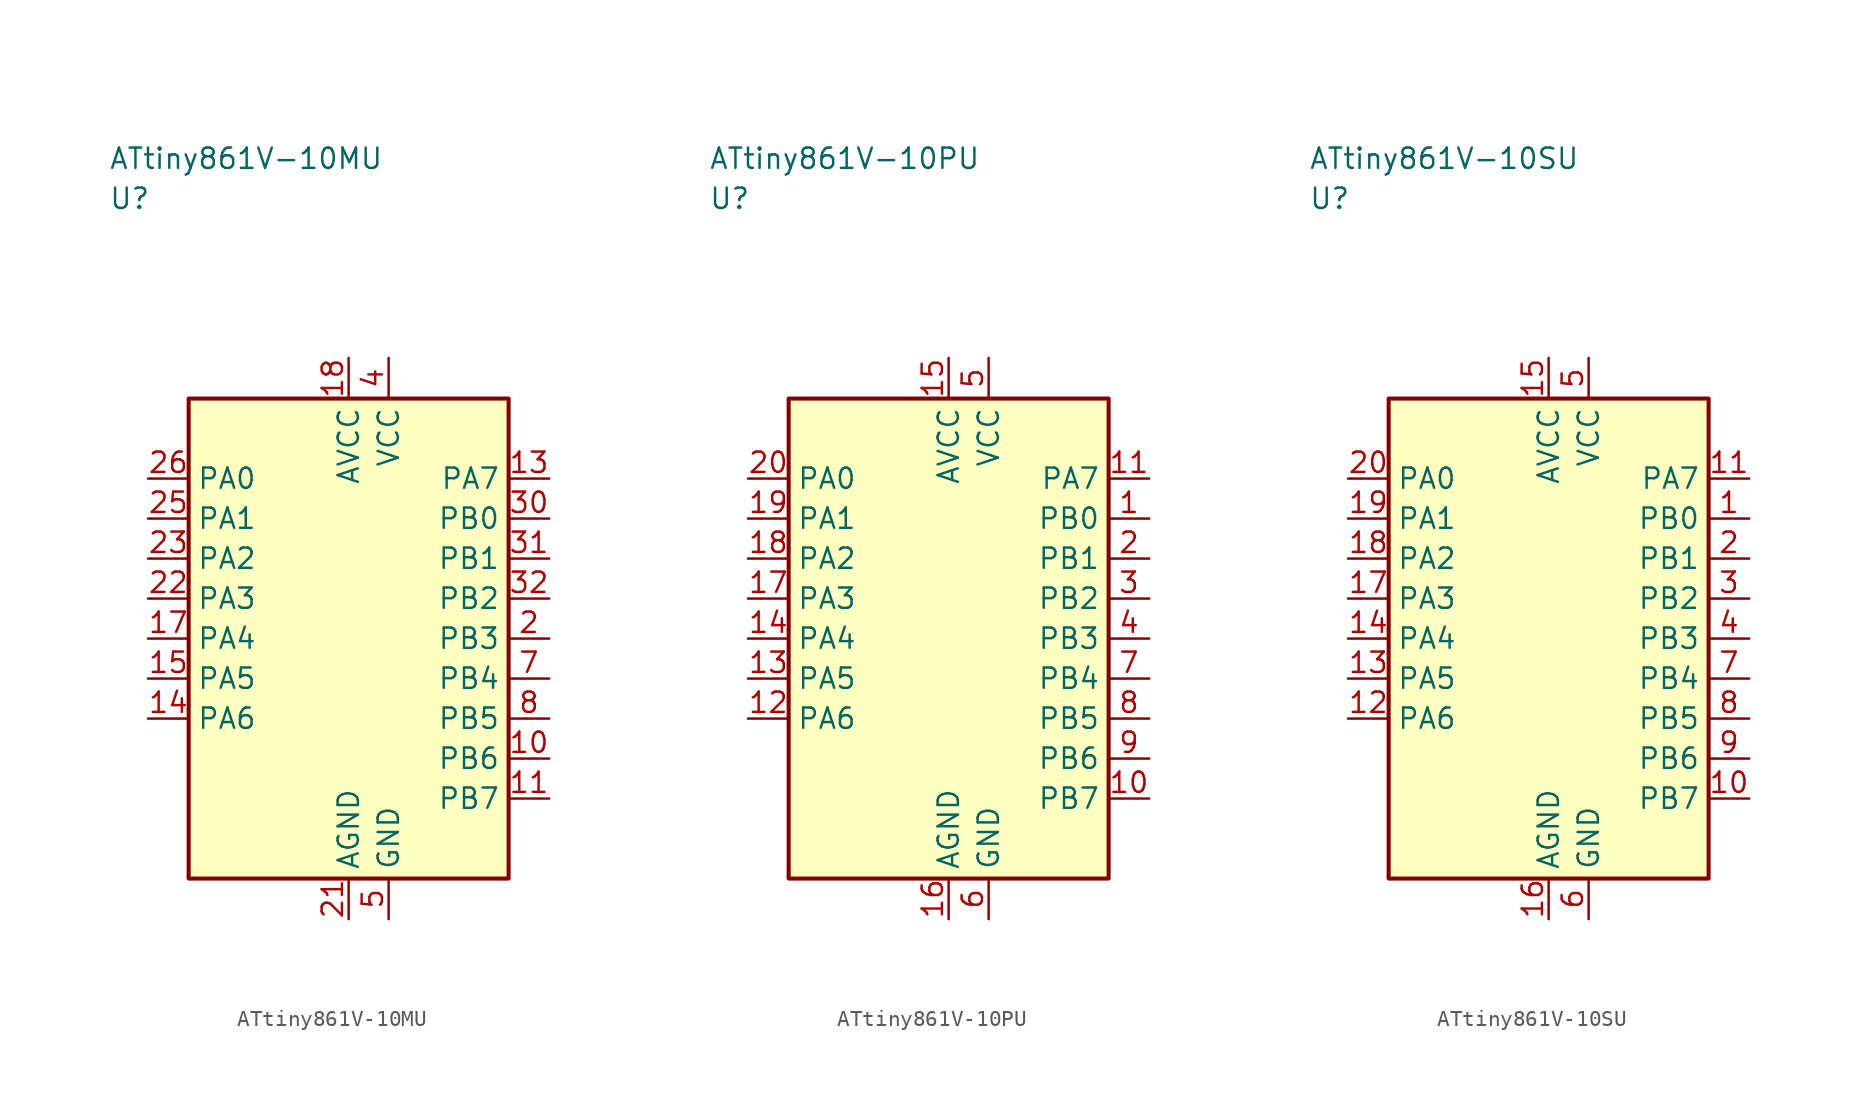
<source format=kicad_sym>
(kicad_symbol_lib
  (version 20241025)
  (generator "kicad_symbol_editor")
  (generator_version "8.0")
  (symbol "ATtiny861V-10MU"
    (property "Reference" "U"
      (at -15.0 27.5 0)
      (effects (font (size 1.27 1.27)) (justify left)))
    (property "Value" "ATtiny861V-10MU"
      (at -15.0 30.0 0)
      (effects (font (size 1.27 1.27)) (justify left)))
    (symbol "ATtiny861V-10MU_0_1"
      (rectangle (start -10.0 15.0) (end 10.0 -15.0) (stroke (width 0.254) (type default)) (fill (type background))))
    (symbol "ATtiny861V-10MU_1_1"
      (pin bidirectional line (at 12.54 0.0 180.0) (length 2.54) (name "PB3" (effects (font (size 1.27 1.27)))) (number "2" (effects (font (size 1.27 1.27)))))
      (pin power_in line (at 2.5 17.54 270.0) (length 2.54) (name "VCC" (effects (font (size 1.27 1.27)))) (number "4" (effects (font (size 1.27 1.27)))))
      (pin passive line (at 2.5 -17.54 90.0) (length 2.54) (name "GND" (effects (font (size 1.27 1.27)))) (number "5" (effects (font (size 1.27 1.27)))))
      (pin bidirectional line (at 12.54 -2.5 180.0) (length 2.54) (name "PB4" (effects (font (size 1.27 1.27)))) (number "7" (effects (font (size 1.27 1.27)))))
      (pin bidirectional line (at 12.54 -5.0 180.0) (length 2.54) (name "PB5" (effects (font (size 1.27 1.27)))) (number "8" (effects (font (size 1.27 1.27)))))
      (pin bidirectional line (at 12.54 -7.5 180.0) (length 2.54) (name "PB6" (effects (font (size 1.27 1.27)))) (number "10" (effects (font (size 1.27 1.27)))))
      (pin bidirectional line (at 12.54 -10.0 180.0) (length 2.54) (name "PB7" (effects (font (size 1.27 1.27)))) (number "11" (effects (font (size 1.27 1.27)))))
      (pin bidirectional line (at 12.54 10.0 180.0) (length 2.54) (name "PA7" (effects (font (size 1.27 1.27)))) (number "13" (effects (font (size 1.27 1.27)))))
      (pin bidirectional line (at -12.54 -5.0 0.0) (length 2.54) (name "PA6" (effects (font (size 1.27 1.27)))) (number "14" (effects (font (size 1.27 1.27)))))
      (pin bidirectional line (at -12.54 -2.5 0.0) (length 2.54) (name "PA5" (effects (font (size 1.27 1.27)))) (number "15" (effects (font (size 1.27 1.27)))))
      (pin bidirectional line (at -12.54 0.0 0.0) (length 2.54) (name "PA4" (effects (font (size 1.27 1.27)))) (number "17" (effects (font (size 1.27 1.27)))))
      (pin power_in line (at 0.0 17.54 270.0) (length 2.54) (name "AVCC" (effects (font (size 1.27 1.27)))) (number "18" (effects (font (size 1.27 1.27)))))
      (pin passive line (at 0.0 -17.54 90.0) (length 2.54) (name "AGND" (effects (font (size 1.27 1.27)))) (number "21" (effects (font (size 1.27 1.27)))))
      (pin bidirectional line (at -12.54 2.5 0.0) (length 2.54) (name "PA3" (effects (font (size 1.27 1.27)))) (number "22" (effects (font (size 1.27 1.27)))))
      (pin bidirectional line (at -12.54 5.0 0.0) (length 2.54) (name "PA2" (effects (font (size 1.27 1.27)))) (number "23" (effects (font (size 1.27 1.27)))))
      (pin bidirectional line (at -12.54 7.5 0.0) (length 2.54) (name "PA1" (effects (font (size 1.27 1.27)))) (number "25" (effects (font (size 1.27 1.27)))))
      (pin bidirectional line (at -12.54 10.0 0.0) (length 2.54) (name "PA0" (effects (font (size 1.27 1.27)))) (number "26" (effects (font (size 1.27 1.27)))))
      (pin bidirectional line (at 12.54 7.5 180.0) (length 2.54) (name "PB0" (effects (font (size 1.27 1.27)))) (number "30" (effects (font (size 1.27 1.27)))))
      (pin bidirectional line (at 12.54 5.0 180.0) (length 2.54) (name "PB1" (effects (font (size 1.27 1.27)))) (number "31" (effects (font (size 1.27 1.27)))))
      (pin bidirectional line (at 12.54 2.5 180.0) (length 2.54) (name "PB2" (effects (font (size 1.27 1.27)))) (number "32" (effects (font (size 1.27 1.27)))))))
  (symbol "ATtiny861V-10PU"
    (property "Reference" "U"
      (at -15.0 27.5 0)
      (effects (font (size 1.27 1.27)) (justify left)))
    (property "Value" "ATtiny861V-10PU"
      (at -15.0 30.0 0)
      (effects (font (size 1.27 1.27)) (justify left)))
    (symbol "ATtiny861V-10PU_0_1"
      (rectangle (start -10.0 15.0) (end 10.0 -15.0) (stroke (width 0.254) (type default)) (fill (type background))))
    (symbol "ATtiny861V-10PU_1_1"
      (pin bidirectional line (at 12.54 7.5 180.0) (length 2.54) (name "PB0" (effects (font (size 1.27 1.27)))) (number "1" (effects (font (size 1.27 1.27)))))
      (pin bidirectional line (at 12.54 5.0 180.0) (length 2.54) (name "PB1" (effects (font (size 1.27 1.27)))) (number "2" (effects (font (size 1.27 1.27)))))
      (pin bidirectional line (at 12.54 2.5 180.0) (length 2.54) (name "PB2" (effects (font (size 1.27 1.27)))) (number "3" (effects (font (size 1.27 1.27)))))
      (pin bidirectional line (at 12.54 0.0 180.0) (length 2.54) (name "PB3" (effects (font (size 1.27 1.27)))) (number "4" (effects (font (size 1.27 1.27)))))
      (pin power_in line (at 2.5 17.54 270.0) (length 2.54) (name "VCC" (effects (font (size 1.27 1.27)))) (number "5" (effects (font (size 1.27 1.27)))))
      (pin passive line (at 2.5 -17.54 90.0) (length 2.54) (name "GND" (effects (font (size 1.27 1.27)))) (number "6" (effects (font (size 1.27 1.27)))))
      (pin bidirectional line (at 12.54 -2.5 180.0) (length 2.54) (name "PB4" (effects (font (size 1.27 1.27)))) (number "7" (effects (font (size 1.27 1.27)))))
      (pin bidirectional line (at 12.54 -5.0 180.0) (length 2.54) (name "PB5" (effects (font (size 1.27 1.27)))) (number "8" (effects (font (size 1.27 1.27)))))
      (pin bidirectional line (at 12.54 -7.5 180.0) (length 2.54) (name "PB6" (effects (font (size 1.27 1.27)))) (number "9" (effects (font (size 1.27 1.27)))))
      (pin bidirectional line (at 12.54 -10.0 180.0) (length 2.54) (name "PB7" (effects (font (size 1.27 1.27)))) (number "10" (effects (font (size 1.27 1.27)))))
      (pin bidirectional line (at 12.54 10.0 180.0) (length 2.54) (name "PA7" (effects (font (size 1.27 1.27)))) (number "11" (effects (font (size 1.27 1.27)))))
      (pin bidirectional line (at -12.54 -5.0 0.0) (length 2.54) (name "PA6" (effects (font (size 1.27 1.27)))) (number "12" (effects (font (size 1.27 1.27)))))
      (pin bidirectional line (at -12.54 -2.5 0.0) (length 2.54) (name "PA5" (effects (font (size 1.27 1.27)))) (number "13" (effects (font (size 1.27 1.27)))))
      (pin bidirectional line (at -12.54 0.0 0.0) (length 2.54) (name "PA4" (effects (font (size 1.27 1.27)))) (number "14" (effects (font (size 1.27 1.27)))))
      (pin power_in line (at 0.0 17.54 270.0) (length 2.54) (name "AVCC" (effects (font (size 1.27 1.27)))) (number "15" (effects (font (size 1.27 1.27)))))
      (pin passive line (at 0.0 -17.54 90.0) (length 2.54) (name "AGND" (effects (font (size 1.27 1.27)))) (number "16" (effects (font (size 1.27 1.27)))))
      (pin bidirectional line (at -12.54 2.5 0.0) (length 2.54) (name "PA3" (effects (font (size 1.27 1.27)))) (number "17" (effects (font (size 1.27 1.27)))))
      (pin bidirectional line (at -12.54 5.0 0.0) (length 2.54) (name "PA2" (effects (font (size 1.27 1.27)))) (number "18" (effects (font (size 1.27 1.27)))))
      (pin bidirectional line (at -12.54 7.5 0.0) (length 2.54) (name "PA1" (effects (font (size 1.27 1.27)))) (number "19" (effects (font (size 1.27 1.27)))))
      (pin bidirectional line (at -12.54 10.0 0.0) (length 2.54) (name "PA0" (effects (font (size 1.27 1.27)))) (number "20" (effects (font (size 1.27 1.27)))))))
  (symbol "ATtiny861V-10SU"
    (property "Reference" "U"
      (at -15.0 27.5 0)
      (effects (font (size 1.27 1.27)) (justify left)))
    (property "Value" "ATtiny861V-10SU"
      (at -15.0 30.0 0)
      (effects (font (size 1.27 1.27)) (justify left)))
    (symbol "ATtiny861V-10SU_0_1"
      (rectangle (start -10.0 15.0) (end 10.0 -15.0) (stroke (width 0.254) (type default)) (fill (type background))))
    (symbol "ATtiny861V-10SU_1_1"
      (pin bidirectional line (at 12.54 7.5 180.0) (length 2.54) (name "PB0" (effects (font (size 1.27 1.27)))) (number "1" (effects (font (size 1.27 1.27)))))
      (pin bidirectional line (at 12.54 5.0 180.0) (length 2.54) (name "PB1" (effects (font (size 1.27 1.27)))) (number "2" (effects (font (size 1.27 1.27)))))
      (pin bidirectional line (at 12.54 2.5 180.0) (length 2.54) (name "PB2" (effects (font (size 1.27 1.27)))) (number "3" (effects (font (size 1.27 1.27)))))
      (pin bidirectional line (at 12.54 0.0 180.0) (length 2.54) (name "PB3" (effects (font (size 1.27 1.27)))) (number "4" (effects (font (size 1.27 1.27)))))
      (pin power_in line (at 2.5 17.54 270.0) (length 2.54) (name "VCC" (effects (font (size 1.27 1.27)))) (number "5" (effects (font (size 1.27 1.27)))))
      (pin passive line (at 2.5 -17.54 90.0) (length 2.54) (name "GND" (effects (font (size 1.27 1.27)))) (number "6" (effects (font (size 1.27 1.27)))))
      (pin bidirectional line (at 12.54 -2.5 180.0) (length 2.54) (name "PB4" (effects (font (size 1.27 1.27)))) (number "7" (effects (font (size 1.27 1.27)))))
      (pin bidirectional line (at 12.54 -5.0 180.0) (length 2.54) (name "PB5" (effects (font (size 1.27 1.27)))) (number "8" (effects (font (size 1.27 1.27)))))
      (pin bidirectional line (at 12.54 -7.5 180.0) (length 2.54) (name "PB6" (effects (font (size 1.27 1.27)))) (number "9" (effects (font (size 1.27 1.27)))))
      (pin bidirectional line (at 12.54 -10.0 180.0) (length 2.54) (name "PB7" (effects (font (size 1.27 1.27)))) (number "10" (effects (font (size 1.27 1.27)))))
      (pin bidirectional line (at 12.54 10.0 180.0) (length 2.54) (name "PA7" (effects (font (size 1.27 1.27)))) (number "11" (effects (font (size 1.27 1.27)))))
      (pin bidirectional line (at -12.54 -5.0 0.0) (length 2.54) (name "PA6" (effects (font (size 1.27 1.27)))) (number "12" (effects (font (size 1.27 1.27)))))
      (pin bidirectional line (at -12.54 -2.5 0.0) (length 2.54) (name "PA5" (effects (font (size 1.27 1.27)))) (number "13" (effects (font (size 1.27 1.27)))))
      (pin bidirectional line (at -12.54 0.0 0.0) (length 2.54) (name "PA4" (effects (font (size 1.27 1.27)))) (number "14" (effects (font (size 1.27 1.27)))))
      (pin power_in line (at 0.0 17.54 270.0) (length 2.54) (name "AVCC" (effects (font (size 1.27 1.27)))) (number "15" (effects (font (size 1.27 1.27)))))
      (pin passive line (at 0.0 -17.54 90.0) (length 2.54) (name "AGND" (effects (font (size 1.27 1.27)))) (number "16" (effects (font (size 1.27 1.27)))))
      (pin bidirectional line (at -12.54 2.5 0.0) (length 2.54) (name "PA3" (effects (font (size 1.27 1.27)))) (number "17" (effects (font (size 1.27 1.27)))))
      (pin bidirectional line (at -12.54 5.0 0.0) (length 2.54) (name "PA2" (effects (font (size 1.27 1.27)))) (number "18" (effects (font (size 1.27 1.27)))))
      (pin bidirectional line (at -12.54 7.5 0.0) (length 2.54) (name "PA1" (effects (font (size 1.27 1.27)))) (number "19" (effects (font (size 1.27 1.27)))))
      (pin bidirectional line (at -12.54 10.0 0.0) (length 2.54) (name "PA0" (effects (font (size 1.27 1.27)))) (number "20" (effects (font (size 1.27 1.27))))))))
</source>
